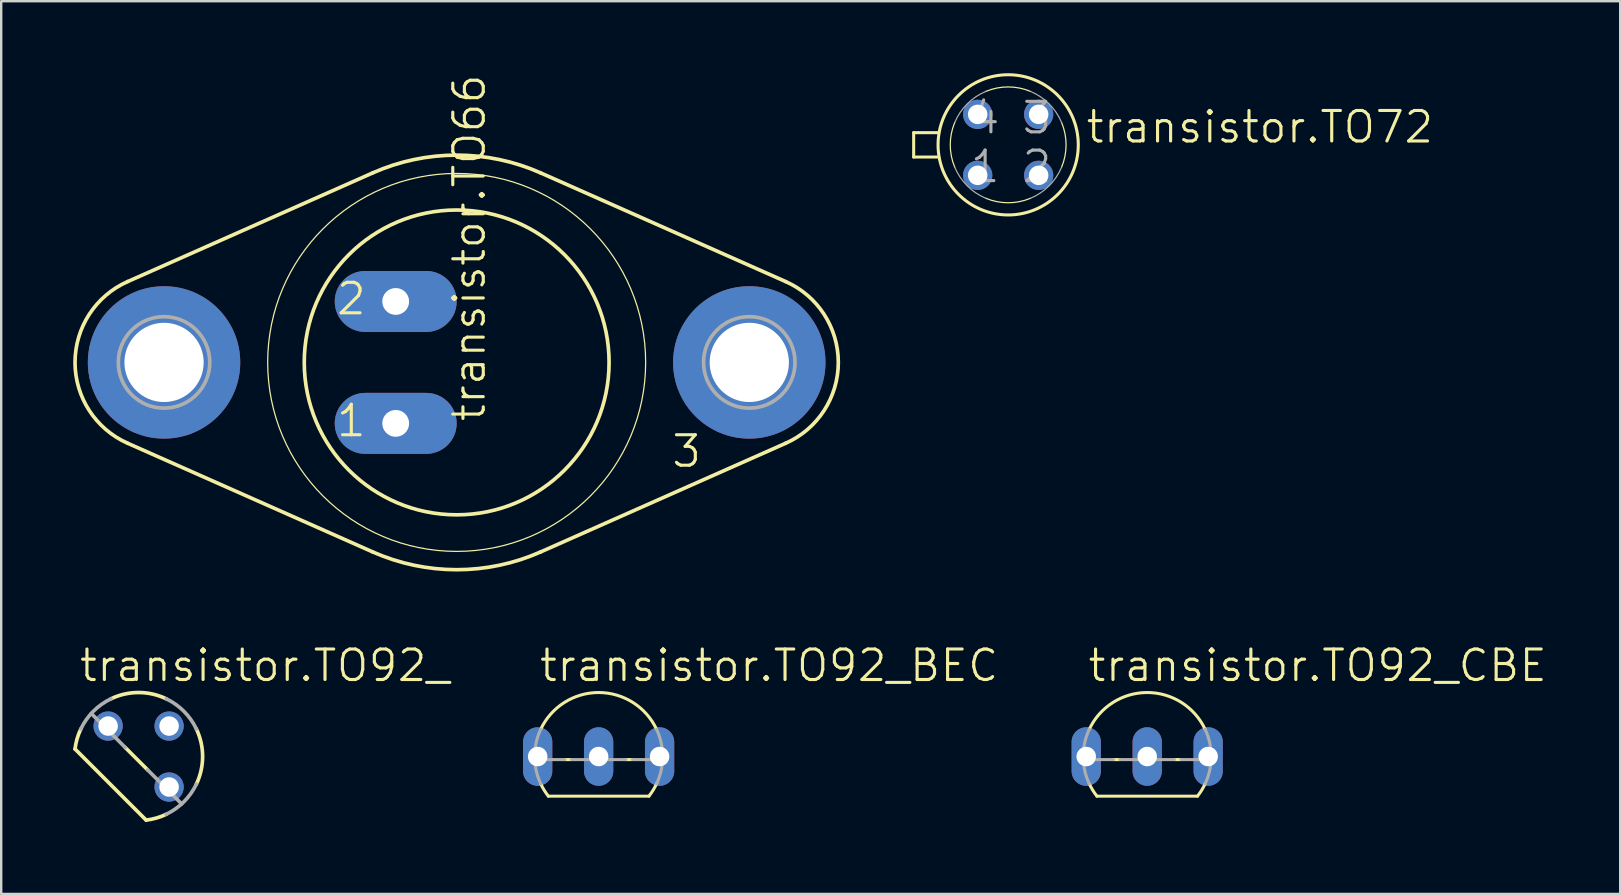
<source format=kicad_pcb>
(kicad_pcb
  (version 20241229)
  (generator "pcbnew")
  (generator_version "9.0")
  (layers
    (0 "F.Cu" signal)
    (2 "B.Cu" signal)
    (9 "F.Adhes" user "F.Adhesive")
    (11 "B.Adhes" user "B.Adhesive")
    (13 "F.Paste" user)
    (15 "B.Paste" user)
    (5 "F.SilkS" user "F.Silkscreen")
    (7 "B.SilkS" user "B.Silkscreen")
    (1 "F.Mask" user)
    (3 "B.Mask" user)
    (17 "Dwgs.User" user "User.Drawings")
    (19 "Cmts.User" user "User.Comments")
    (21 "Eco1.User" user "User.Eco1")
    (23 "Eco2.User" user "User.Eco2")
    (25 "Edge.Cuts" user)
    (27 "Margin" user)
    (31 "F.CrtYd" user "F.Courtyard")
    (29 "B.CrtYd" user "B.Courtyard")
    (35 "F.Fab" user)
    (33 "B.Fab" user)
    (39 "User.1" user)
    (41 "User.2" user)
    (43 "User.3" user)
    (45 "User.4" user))
  (footprint "transistor.TO92_"
    (layer "F.Cu")
    (at 2.725 28.471)
    (property "Reference" "transistor.TO92_" (at -2.54 -3.048 0) (layer "F.SilkS") (effects (font (size 1.27 1.27) (thickness 0.13)) (justify left bottom)))
    (attr through_hole)
    (fp_line (start -2.649 -0.314) (end 0.314 2.649) (stroke (width 0.152) (type default)) (layer "F.SilkS"))
    (fp_line (start -0.557 -0.377) (end 0.377 0.557) (stroke (width 0.152) (type default)) (layer "F.SilkS"))
    (fp_arc (start -2.649 -0.314) (mid -2.562364 -0.741831) (end -2.4071 -1.1498) (stroke (width 0.1524) (type default)) (layer "F.SilkS"))
    (fp_arc (start -1.1494 -2.4066) (mid 0 -2.666992) (end 1.1494 -2.4066) (stroke (width 0.1524) (type default)) (layer "F.SilkS"))
    (fp_arc (start 1.1498 2.4071) (mid 0.741831 2.562364) (end 0.314 2.649) (stroke (width 0.1524) (type default)) (layer "F.SilkS"))
    (fp_arc (start 2.4066 -1.1494) (mid 2.666992 0) (end 2.4066 1.1494) (stroke (width 0.1524) (type default)) (layer "F.SilkS"))
    (fp_line (start -1.974 -1.794) (end -0.557 -0.377) (stroke (width 0.152) (type default)) (layer "F.Fab"))
    (fp_line (start 0.377 0.557) (end 1.794 1.974) (stroke (width 0.152) (type default)) (layer "F.Fab"))
    (fp_arc (start -2.4066 -1.1494) (mid -1.885848 -1.885848) (end -1.1494 -2.4066) (stroke (width 0.1524) (type default)) (layer "F.Fab"))
    (fp_arc (start 1.1494 -2.4066) (mid 1.885848 -1.885848) (end 2.4066 -1.1494) (stroke (width 0.1524) (type default)) (layer "F.Fab"))
    (fp_arc (start 2.4066 1.1494) (mid 1.885848 1.885848) (end 1.1494 2.4066) (stroke (width 0.1524) (type default)) (layer "F.Fab"))
    (pad "1" thru_hole circle (at 1.27 1.27) (size 1.219 1.219) (drill 0.813) (layers "*.Cu" "*.Mask"))
    (pad "2" thru_hole circle (at 1.27 -1.27) (size 1.219 1.219) (drill 0.813) (layers "*.Cu" "*.Mask"))
    (pad "3" thru_hole circle (at -1.27 -1.27) (size 1.219 1.219) (drill 0.813) (layers "*.Cu" "*.Mask")))
  (footprint "transistor.TO72"
    (layer "F.Cu")
    (at 38.955 2.985)
    (property "Reference" "transistor.TO72" (at 3.175 0 0) (layer "F.SilkS") (effects (font (size 1.27 1.27) (thickness 0.13)) (justify left bottom)))
    (attr through_hole)
    (fp_line (start -3.937 -0.508) (end -2.896 -0.508) (stroke (width 0.127) (type default)) (layer "F.SilkS"))
    (fp_line (start -3.937 0.508) (end -3.937 -0.508) (stroke (width 0.127) (type default)) (layer "F.SilkS"))
    (fp_line (start -2.896 0.508) (end -3.937 0.508) (stroke (width 0.127) (type default)) (layer "F.SilkS"))
    (fp_arc (start -2.227 0.9289) (mid -2.412962 0) (end -2.227 -0.9289) (stroke (width 0.0508) (type default)) (layer "F.SilkS"))
    (fp_arc (start -0.9289 -2.227) (mid 0 -2.412962) (end 0.9289 -2.227) (stroke (width 0.0508) (type default)) (layer "F.SilkS"))
    (fp_arc (start 0.9289 2.227) (mid 0 2.412962) (end -0.9289 2.227) (stroke (width 0.0508) (type default)) (layer "F.SilkS"))
    (fp_arc (start 2.227 -0.9289) (mid 2.412962 0) (end 2.227 0.9289) (stroke (width 0.0508) (type default)) (layer "F.SilkS"))
    (fp_circle (center 0 0) (end 2.921 0) (stroke (width 0.127) (type default)) (fill no) (layer "F.SilkS"))
    (fp_arc (start -2.227 -0.9289) (mid -1.706222 -1.706222) (end -0.9289 -2.227) (stroke (width 0.0508) (type default)) (layer "F.Fab"))
    (fp_arc (start -0.9289 2.227) (mid -1.706222 1.706222) (end -2.227 0.9289) (stroke (width 0.0508) (type default)) (layer "F.Fab"))
    (fp_arc (start 0.9289 -2.227) (mid 1.706222 -1.706222) (end 2.227 -0.9289) (stroke (width 0.0508) (type default)) (layer "F.Fab"))
    (fp_arc (start 2.227 0.9289) (mid 1.706222 1.706222) (end 0.9289 2.227) (stroke (width 0.0508) (type default)) (layer "F.Fab"))
    (fp_text user "4" (at -1.651 -0.381 0) (layer "F.Fab") (effects (font (size 1.27 1.27) (thickness 0.13)) (justify left bottom)))
    (fp_text user "3" (at 0.508 -0.381 0) (layer "F.Fab") (effects (font (size 1.27 1.27) (thickness 0.13)) (justify left bottom)))
    (fp_text user "2" (at 0.508 1.651 0) (layer "F.Fab") (effects (font (size 1.27 1.27) (thickness 0.13)) (justify left bottom)))
    (fp_text user "1" (at -1.651 1.651 0) (layer "F.Fab") (effects (font (size 1.27 1.27) (thickness 0.13)) (justify left bottom)))
    (pad "1" thru_hole circle (at -1.27 1.27) (size 1.219 1.219) (drill 0.813) (layers "*.Cu" "*.Mask"))
    (pad "2" thru_hole circle (at 1.27 1.27) (size 1.219 1.219) (drill 0.813) (layers "*.Cu" "*.Mask"))
    (pad "3" thru_hole circle (at 1.27 -1.27) (size 1.219 1.219) (drill 0.813) (layers "*.Cu" "*.Mask"))
    (pad "4" thru_hole circle (at -1.27 -1.27) (size 1.219 1.219) (drill 0.813) (layers "*.Cu" "*.Mask")))
  (footprint "transistor.TO92_CBE"
    (layer "F.Cu")
    (at 44.748 28.471)
    (property "Reference" "transistor.TO92_CBE" (at -2.54 -3.048 0) (layer "F.SilkS") (effects (font (size 1.27 1.27) (thickness 0.13)) (justify left bottom)))
    (attr through_hole)
    (fp_line (start -2.095 1.651) (end 2.095 1.651) (stroke (width 0.127) (type default)) (layer "F.SilkS"))
    (fp_line (start -1.136 0.127) (end -1.404 0.127) (stroke (width 0.127) (type default)) (layer "F.SilkS"))
    (fp_line (start 1.404 0.127) (end 1.136 0.127) (stroke (width 0.127) (type default)) (layer "F.SilkS"))
    (fp_arc (start -2.413 -1.1359) (mid 0 -2.666985) (end 2.413 -1.1359) (stroke (width 0.127) (type default)) (layer "F.SilkS"))
    (fp_arc (start -2.095 1.651) (mid -2.268918 1.40252) (end -2.4135 1.1359) (stroke (width 0.127) (type default)) (layer "F.SilkS"))
    (fp_arc (start 2.4247 1.1118) (mid 2.275878 1.391201) (end 2.095 1.651) (stroke (width 0.127) (type default)) (layer "F.SilkS"))
    (fp_line (start -1.404 0.127) (end -2.664 0.127) (stroke (width 0.127) (type default)) (layer "F.Fab"))
    (fp_line (start 1.136 0.127) (end -1.136 0.127) (stroke (width 0.127) (type default)) (layer "F.Fab"))
    (fp_line (start 2.664 0.127) (end 1.404 0.127) (stroke (width 0.127) (type default)) (layer "F.Fab"))
    (fp_arc (start -2.664 0.127) (mid -2.615858 -0.519825) (end -2.413 -1.1359) (stroke (width 0.127) (type default)) (layer "F.Fab"))
    (fp_arc (start -2.413 1.1359) (mid -2.588137 0.643799) (end -2.664 0.127) (stroke (width 0.127) (type default)) (layer "F.Fab"))
    (fp_arc (start 2.413 -1.1359) (mid 2.615858 -0.519825) (end 2.664 0.127) (stroke (width 0.127) (type default)) (layer "F.Fab"))
    (fp_arc (start 2.664 0.127) (mid 2.588137 0.643799) (end 2.413 1.1359) (stroke (width 0.127) (type default)) (layer "F.Fab"))
    (pad "B" thru_hole oval (at 0 0 90) (size 2.438 1.219) (drill 0.813) (layers "*.Cu" "*.Mask"))
    (pad "C" thru_hole oval (at -2.54 0 90) (size 2.438 1.219) (drill 0.813) (layers "*.Cu" "*.Mask"))
    (pad "E" thru_hole oval (at 2.54 0 90) (size 2.438 1.219) (drill 0.813) (layers "*.Cu" "*.Mask")))
  (footprint "transistor.TO66"
    (layer "F.Cu")
    (at 15.977 12.05)
    (property "Reference" "transistor.TO66" (at 1.27 2.54 90) (layer "F.SilkS") (effects (font (size 1.27 1.27) (thickness 0.13)) (justify left bottom)))
    (attr through_hole)
    (fp_line (start -3.501 -7.895) (end -13.711 -3.367) (stroke (width 0.152) (type default)) (layer "F.SilkS"))
    (fp_line (start -3.501 7.895) (end -13.711 3.367) (stroke (width 0.152) (type default)) (layer "F.SilkS"))
    (fp_line (start 3.501 -7.895) (end 13.711 -3.367) (stroke (width 0.152) (type default)) (layer "F.SilkS"))
    (fp_line (start 3.501 7.895) (end 13.711 3.367) (stroke (width 0.152) (type default)) (layer "F.SilkS"))
    (fp_arc (start -13.711 3.367) (mid -15.900936 0.0002) (end -13.711 -3.3666) (stroke (width 0.1524) (type default)) (layer "F.SilkS"))
    (fp_arc (start -3.501 -7.895) (mid 0.0001 -8.636519) (end 3.5012 -7.895) (stroke (width 0.1524) (type default)) (layer "F.SilkS"))
    (fp_arc (start 3.5012 7.895) (mid 0.0001 8.636519) (end -3.501 7.895) (stroke (width 0.1524) (type default)) (layer "F.SilkS"))
    (fp_arc (start 13.711 -3.3666) (mid 15.900936 0.0002) (end 13.711 3.367) (stroke (width 0.1524) (type default)) (layer "F.SilkS"))
    (fp_circle (center 0 0) (end 6.35 0) (stroke (width 0.152) (type default)) (fill no) (layer "F.SilkS"))
    (fp_circle (center 0 0) (end 7.874 0) (stroke (width 0.051) (type default)) (fill no) (layer "F.SilkS"))
    (fp_circle (center -12.192 0) (end -10.287 0) (stroke (width 0.152) (type default)) (fill no) (layer "F.Fab"))
    (fp_circle (center 12.192 0) (end 14.097 0) (stroke (width 0.152) (type default)) (fill no) (layer "F.Fab"))
    (fp_text user "3" (at 8.89 4.445 0) (layer "F.SilkS") (effects (font (size 1.27 1.27) (thickness 0.13)) (justify left bottom)))
    (fp_text user "2" (at -5.08 -1.905 0) (layer "F.SilkS") (effects (font (size 1.27 1.27) (thickness 0.13)) (justify left bottom)))
    (fp_text user "1" (at -5.08 3.175 0) (layer "F.SilkS") (effects (font (size 1.27 1.27) (thickness 0.13)) (justify left bottom)))
    (pad "1" thru_hole oval (at -2.54 2.54) (size 5.08 2.54) (drill 1.118) (layers "*.Cu" "*.Mask"))
    (pad "2" thru_hole oval (at -2.54 -2.54) (size 5.08 2.54) (drill 1.118) (layers "*.Cu" "*.Mask"))
    (pad "3" thru_hole circle (at 12.192 0) (size 6.35 6.35) (drill 3.302) (layers "*.Cu" "*.Mask"))
    (pad "TO66" thru_hole circle (at -12.192 0) (size 6.35 6.35) (drill 3.302) (layers "*.Cu" "*.Mask")))
  (footprint "transistor.TO92_BEC"
    (layer "F.Cu")
    (at 21.892 28.471)
    (property "Reference" "transistor.TO92_BEC" (at -2.54 -3.048 0) (layer "F.SilkS") (effects (font (size 1.27 1.27) (thickness 0.13)) (justify left bottom)))
    (attr through_hole)
    (fp_line (start -2.095 1.651) (end 2.095 1.651) (stroke (width 0.127) (type default)) (layer "F.SilkS"))
    (fp_line (start -1.136 0.127) (end -1.404 0.127) (stroke (width 0.127) (type default)) (layer "F.SilkS"))
    (fp_line (start 1.404 0.127) (end 1.136 0.127) (stroke (width 0.127) (type default)) (layer "F.SilkS"))
    (fp_arc (start -2.413 -1.1359) (mid 0 -2.666985) (end 2.413 -1.1359) (stroke (width 0.127) (type default)) (layer "F.SilkS"))
    (fp_arc (start -2.095 1.651) (mid -2.268918 1.40252) (end -2.4135 1.1359) (stroke (width 0.127) (type default)) (layer "F.SilkS"))
    (fp_arc (start 2.4247 1.1118) (mid 2.275878 1.391201) (end 2.095 1.651) (stroke (width 0.127) (type default)) (layer "F.SilkS"))
    (fp_line (start -1.404 0.127) (end -2.664 0.127) (stroke (width 0.127) (type default)) (layer "F.Fab"))
    (fp_line (start 1.136 0.127) (end -1.136 0.127) (stroke (width 0.127) (type default)) (layer "F.Fab"))
    (fp_line (start 2.664 0.127) (end 1.404 0.127) (stroke (width 0.127) (type default)) (layer "F.Fab"))
    (fp_arc (start -2.664 0.127) (mid -2.615858 -0.519825) (end -2.413 -1.1359) (stroke (width 0.127) (type default)) (layer "F.Fab"))
    (fp_arc (start -2.413 1.1359) (mid -2.588137 0.643799) (end -2.664 0.127) (stroke (width 0.127) (type default)) (layer "F.Fab"))
    (fp_arc (start 2.413 -1.1359) (mid 2.615858 -0.519825) (end 2.664 0.127) (stroke (width 0.127) (type default)) (layer "F.Fab"))
    (fp_arc (start 2.664 0.127) (mid 2.588137 0.643799) (end 2.413 1.1359) (stroke (width 0.127) (type default)) (layer "F.Fab"))
    (pad "B" thru_hole oval (at -2.54 0 90) (size 2.438 1.219) (drill 0.813) (layers "*.Cu" "*.Mask"))
    (pad "C" thru_hole oval (at 2.54 0 90) (size 2.438 1.219) (drill 0.813) (layers "*.Cu" "*.Mask"))
    (pad "E" thru_hole oval (at 0 0 90) (size 2.438 1.219) (drill 0.813) (layers "*.Cu" "*.Mask")))
  (gr_rect
    (start -3 -3)
    (end 64.455 34.196)
    (stroke (width 0.1) (type default))
    (fill no)
    (layer "Edge.Cuts")))
</source>
